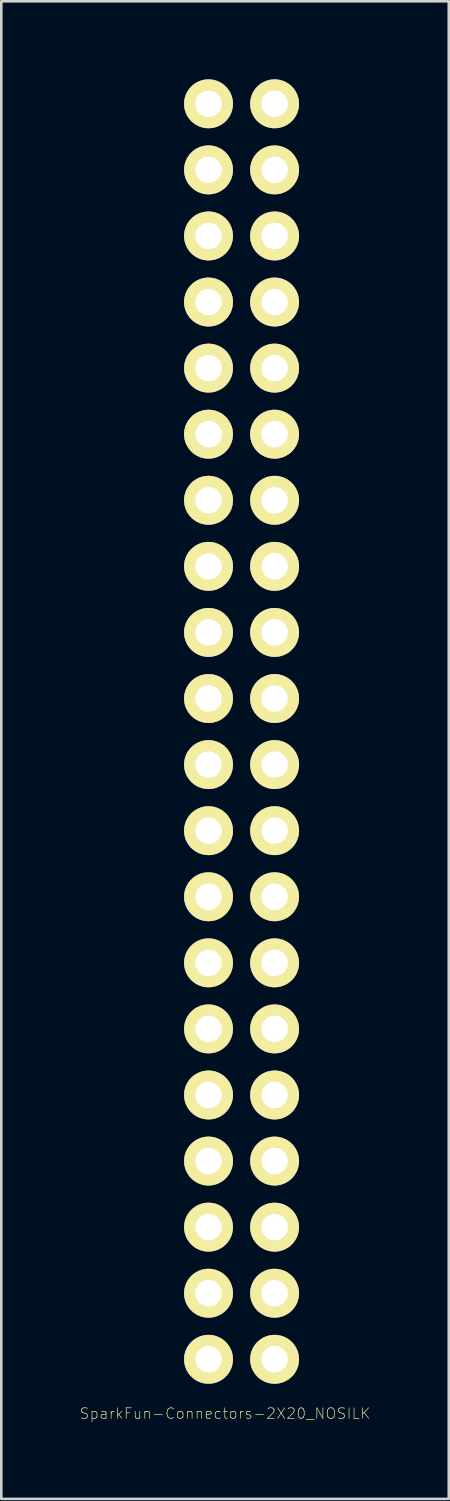
<source format=kicad_pcb>
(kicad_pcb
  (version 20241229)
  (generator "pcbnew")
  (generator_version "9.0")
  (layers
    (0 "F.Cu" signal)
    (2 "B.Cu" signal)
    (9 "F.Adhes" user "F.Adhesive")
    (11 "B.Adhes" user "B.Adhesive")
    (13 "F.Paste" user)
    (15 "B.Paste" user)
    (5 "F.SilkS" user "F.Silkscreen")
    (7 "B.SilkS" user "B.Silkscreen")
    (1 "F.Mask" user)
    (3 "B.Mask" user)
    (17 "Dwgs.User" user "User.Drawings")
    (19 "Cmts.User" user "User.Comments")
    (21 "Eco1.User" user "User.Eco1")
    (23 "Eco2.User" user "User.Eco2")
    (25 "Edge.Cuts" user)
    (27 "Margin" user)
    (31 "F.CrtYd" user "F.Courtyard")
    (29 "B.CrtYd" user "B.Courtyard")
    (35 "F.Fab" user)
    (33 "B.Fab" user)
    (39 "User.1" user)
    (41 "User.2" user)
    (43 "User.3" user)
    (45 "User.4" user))
  (footprint "SparkFun-Connectors-2X20_NOSILK"
    (layer "F.Cu")
    (at 6.235 25.07)
    (property "Reference" "SparkFun-Connectors-2X20_NOSILK" (at -0.635 26.213 0) (layer "F.SilkS") (effects (font (size 0.406 0.406) (thickness 0.025))))
    (attr exclude_from_pos_files exclude_from_bom)
    (fp_line (start -1.524 -24.384) (end -1.016 -24.384) (stroke (width 0.066) (type solid)) (layer "F.SilkS"))
    (fp_line (start -1.524 -23.876) (end -1.524 -24.384) (stroke (width 0.066) (type solid)) (layer "F.SilkS"))
    (fp_line (start -1.524 -23.876) (end -1.016 -23.876) (stroke (width 0.066) (type solid)) (layer "F.SilkS"))
    (fp_line (start -1.524 -21.844) (end -1.016 -21.844) (stroke (width 0.066) (type solid)) (layer "F.SilkS"))
    (fp_line (start -1.524 -21.336) (end -1.524 -21.844) (stroke (width 0.066) (type solid)) (layer "F.SilkS"))
    (fp_line (start -1.524 -21.336) (end -1.016 -21.336) (stroke (width 0.066) (type solid)) (layer "F.SilkS"))
    (fp_line (start -1.524 -19.304) (end -1.016 -19.304) (stroke (width 0.066) (type solid)) (layer "F.SilkS"))
    (fp_line (start -1.524 -18.796) (end -1.524 -19.304) (stroke (width 0.066) (type solid)) (layer "F.SilkS"))
    (fp_line (start -1.524 -18.796) (end -1.016 -18.796) (stroke (width 0.066) (type solid)) (layer "F.SilkS"))
    (fp_line (start -1.524 -16.764) (end -1.016 -16.764) (stroke (width 0.066) (type solid)) (layer "F.SilkS"))
    (fp_line (start -1.524 -16.764) (end -1.016 -16.764) (stroke (width 0.066) (type solid)) (layer "F.SilkS"))
    (fp_line (start -1.524 -16.256) (end -1.524 -16.764) (stroke (width 0.066) (type solid)) (layer "F.SilkS"))
    (fp_line (start -1.524 -16.256) (end -1.524 -16.764) (stroke (width 0.066) (type solid)) (layer "F.SilkS"))
    (fp_line (start -1.524 -16.256) (end -1.016 -16.256) (stroke (width 0.066) (type solid)) (layer "F.SilkS"))
    (fp_line (start -1.524 -16.256) (end -1.016 -16.256) (stroke (width 0.066) (type solid)) (layer "F.SilkS"))
    (fp_line (start -1.524 -14.224) (end -1.016 -14.224) (stroke (width 0.066) (type solid)) (layer "F.SilkS"))
    (fp_line (start -1.524 -13.716) (end -1.524 -14.224) (stroke (width 0.066) (type solid)) (layer "F.SilkS"))
    (fp_line (start -1.524 -13.716) (end -1.016 -13.716) (stroke (width 0.066) (type solid)) (layer "F.SilkS"))
    (fp_line (start -1.524 -11.684) (end -1.016 -11.684) (stroke (width 0.066) (type solid)) (layer "F.SilkS"))
    (fp_line (start -1.524 -11.176) (end -1.524 -11.684) (stroke (width 0.066) (type solid)) (layer "F.SilkS"))
    (fp_line (start -1.524 -11.176) (end -1.016 -11.176) (stroke (width 0.066) (type solid)) (layer "F.SilkS"))
    (fp_line (start -1.524 -9.144) (end -1.016 -9.144) (stroke (width 0.066) (type solid)) (layer "F.SilkS"))
    (fp_line (start -1.524 -8.636) (end -1.524 -9.144) (stroke (width 0.066) (type solid)) (layer "F.SilkS"))
    (fp_line (start -1.524 -8.636) (end -1.016 -8.636) (stroke (width 0.066) (type solid)) (layer "F.SilkS"))
    (fp_line (start -1.524 -6.604) (end -1.016 -6.604) (stroke (width 0.066) (type solid)) (layer "F.SilkS"))
    (fp_line (start -1.524 -6.096) (end -1.524 -6.604) (stroke (width 0.066) (type solid)) (layer "F.SilkS"))
    (fp_line (start -1.524 -6.096) (end -1.016 -6.096) (stroke (width 0.066) (type solid)) (layer "F.SilkS"))
    (fp_line (start -1.524 -4.064) (end -1.016 -4.064) (stroke (width 0.066) (type solid)) (layer "F.SilkS"))
    (fp_line (start -1.524 -4.064) (end -1.016 -4.064) (stroke (width 0.066) (type solid)) (layer "F.SilkS"))
    (fp_line (start -1.524 -3.556) (end -1.524 -4.064) (stroke (width 0.066) (type solid)) (layer "F.SilkS"))
    (fp_line (start -1.524 -3.556) (end -1.524 -4.064) (stroke (width 0.066) (type solid)) (layer "F.SilkS"))
    (fp_line (start -1.524 -3.556) (end -1.016 -3.556) (stroke (width 0.066) (type solid)) (layer "F.SilkS"))
    (fp_line (start -1.524 -3.556) (end -1.016 -3.556) (stroke (width 0.066) (type solid)) (layer "F.SilkS"))
    (fp_line (start -1.524 -1.524) (end -1.016 -1.524) (stroke (width 0.066) (type solid)) (layer "F.SilkS"))
    (fp_line (start -1.524 -1.016) (end -1.524 -1.524) (stroke (width 0.066) (type solid)) (layer "F.SilkS"))
    (fp_line (start -1.524 -1.016) (end -1.016 -1.016) (stroke (width 0.066) (type solid)) (layer "F.SilkS"))
    (fp_line (start -1.524 1.016) (end -1.016 1.016) (stroke (width 0.066) (type solid)) (layer "F.SilkS"))
    (fp_line (start -1.524 1.524) (end -1.524 1.016) (stroke (width 0.066) (type solid)) (layer "F.SilkS"))
    (fp_line (start -1.524 1.524) (end -1.016 1.524) (stroke (width 0.066) (type solid)) (layer "F.SilkS"))
    (fp_line (start -1.524 3.556) (end -1.016 3.556) (stroke (width 0.066) (type solid)) (layer "F.SilkS"))
    (fp_line (start -1.524 3.556) (end -1.016 3.556) (stroke (width 0.066) (type solid)) (layer "F.SilkS"))
    (fp_line (start -1.524 4.064) (end -1.524 3.556) (stroke (width 0.066) (type solid)) (layer "F.SilkS"))
    (fp_line (start -1.524 4.064) (end -1.524 3.556) (stroke (width 0.066) (type solid)) (layer "F.SilkS"))
    (fp_line (start -1.524 4.064) (end -1.016 4.064) (stroke (width 0.066) (type solid)) (layer "F.SilkS"))
    (fp_line (start -1.524 4.064) (end -1.016 4.064) (stroke (width 0.066) (type solid)) (layer "F.SilkS"))
    (fp_line (start -1.524 6.096) (end -1.016 6.096) (stroke (width 0.066) (type solid)) (layer "F.SilkS"))
    (fp_line (start -1.524 6.604) (end -1.524 6.096) (stroke (width 0.066) (type solid)) (layer "F.SilkS"))
    (fp_line (start -1.524 6.604) (end -1.016 6.604) (stroke (width 0.066) (type solid)) (layer "F.SilkS"))
    (fp_line (start -1.524 8.636) (end -1.016 8.636) (stroke (width 0.066) (type solid)) (layer "F.SilkS"))
    (fp_line (start -1.524 9.144) (end -1.524 8.636) (stroke (width 0.066) (type solid)) (layer "F.SilkS"))
    (fp_line (start -1.524 9.144) (end -1.016 9.144) (stroke (width 0.066) (type solid)) (layer "F.SilkS"))
    (fp_line (start -1.524 11.176) (end -1.016 11.176) (stroke (width 0.066) (type solid)) (layer "F.SilkS"))
    (fp_line (start -1.524 11.684) (end -1.524 11.176) (stroke (width 0.066) (type solid)) (layer "F.SilkS"))
    (fp_line (start -1.524 11.684) (end -1.016 11.684) (stroke (width 0.066) (type solid)) (layer "F.SilkS"))
    (fp_line (start -1.524 13.716) (end -1.016 13.716) (stroke (width 0.066) (type solid)) (layer "F.SilkS"))
    (fp_line (start -1.524 14.224) (end -1.524 13.716) (stroke (width 0.066) (type solid)) (layer "F.SilkS"))
    (fp_line (start -1.524 14.224) (end -1.016 14.224) (stroke (width 0.066) (type solid)) (layer "F.SilkS"))
    (fp_line (start -1.524 16.256) (end -1.016 16.256) (stroke (width 0.066) (type solid)) (layer "F.SilkS"))
    (fp_line (start -1.524 16.764) (end -1.524 16.256) (stroke (width 0.066) (type solid)) (layer "F.SilkS"))
    (fp_line (start -1.524 16.764) (end -1.016 16.764) (stroke (width 0.066) (type solid)) (layer "F.SilkS"))
    (fp_line (start -1.524 18.796) (end -1.016 18.796) (stroke (width 0.066) (type solid)) (layer "F.SilkS"))
    (fp_line (start -1.524 19.304) (end -1.524 18.796) (stroke (width 0.066) (type solid)) (layer "F.SilkS"))
    (fp_line (start -1.524 19.304) (end -1.016 19.304) (stroke (width 0.066) (type solid)) (layer "F.SilkS"))
    (fp_line (start -1.524 21.336) (end -1.016 21.336) (stroke (width 0.066) (type solid)) (layer "F.SilkS"))
    (fp_line (start -1.524 21.844) (end -1.524 21.336) (stroke (width 0.066) (type solid)) (layer "F.SilkS"))
    (fp_line (start -1.524 21.844) (end -1.016 21.844) (stroke (width 0.066) (type solid)) (layer "F.SilkS"))
    (fp_line (start -1.524 23.876) (end -1.016 23.876) (stroke (width 0.066) (type solid)) (layer "F.SilkS"))
    (fp_line (start -1.524 24.384) (end -1.524 23.876) (stroke (width 0.066) (type solid)) (layer "F.SilkS"))
    (fp_line (start -1.524 24.384) (end -1.016 24.384) (stroke (width 0.066) (type solid)) (layer "F.SilkS"))
    (fp_line (start -1.016 -23.876) (end -1.016 -24.384) (stroke (width 0.066) (type solid)) (layer "F.SilkS"))
    (fp_line (start -1.016 -21.336) (end -1.016 -21.844) (stroke (width 0.066) (type solid)) (layer "F.SilkS"))
    (fp_line (start -1.016 -18.796) (end -1.016 -19.304) (stroke (width 0.066) (type solid)) (layer "F.SilkS"))
    (fp_line (start -1.016 -16.256) (end -1.016 -16.764) (stroke (width 0.066) (type solid)) (layer "F.SilkS"))
    (fp_line (start -1.016 -16.256) (end -1.016 -16.764) (stroke (width 0.066) (type solid)) (layer "F.SilkS"))
    (fp_line (start -1.016 -13.716) (end -1.016 -14.224) (stroke (width 0.066) (type solid)) (layer "F.SilkS"))
    (fp_line (start -1.016 -11.176) (end -1.016 -11.684) (stroke (width 0.066) (type solid)) (layer "F.SilkS"))
    (fp_line (start -1.016 -8.636) (end -1.016 -9.144) (stroke (width 0.066) (type solid)) (layer "F.SilkS"))
    (fp_line (start -1.016 -6.096) (end -1.016 -6.604) (stroke (width 0.066) (type solid)) (layer "F.SilkS"))
    (fp_line (start -1.016 -3.556) (end -1.016 -4.064) (stroke (width 0.066) (type solid)) (layer "F.SilkS"))
    (fp_line (start -1.016 -3.556) (end -1.016 -4.064) (stroke (width 0.066) (type solid)) (layer "F.SilkS"))
    (fp_line (start -1.016 -1.016) (end -1.016 -1.524) (stroke (width 0.066) (type solid)) (layer "F.SilkS"))
    (fp_line (start -1.016 1.524) (end -1.016 1.016) (stroke (width 0.066) (type solid)) (layer "F.SilkS"))
    (fp_line (start -1.016 4.064) (end -1.016 3.556) (stroke (width 0.066) (type solid)) (layer "F.SilkS"))
    (fp_line (start -1.016 4.064) (end -1.016 3.556) (stroke (width 0.066) (type solid)) (layer "F.SilkS"))
    (fp_line (start -1.016 6.604) (end -1.016 6.096) (stroke (width 0.066) (type solid)) (layer "F.SilkS"))
    (fp_line (start -1.016 9.144) (end -1.016 8.636) (stroke (width 0.066) (type solid)) (layer "F.SilkS"))
    (fp_line (start -1.016 11.684) (end -1.016 11.176) (stroke (width 0.066) (type solid)) (layer "F.SilkS"))
    (fp_line (start -1.016 14.224) (end -1.016 13.716) (stroke (width 0.066) (type solid)) (layer "F.SilkS"))
    (fp_line (start -1.016 16.764) (end -1.016 16.256) (stroke (width 0.066) (type solid)) (layer "F.SilkS"))
    (fp_line (start -1.016 19.304) (end -1.016 18.796) (stroke (width 0.066) (type solid)) (layer "F.SilkS"))
    (fp_line (start -1.016 21.844) (end -1.016 21.336) (stroke (width 0.066) (type solid)) (layer "F.SilkS"))
    (fp_line (start -1.016 24.384) (end -1.016 23.876) (stroke (width 0.066) (type solid)) (layer "F.SilkS"))
    (fp_line (start 1.016 -24.384) (end 1.524 -24.384) (stroke (width 0.066) (type solid)) (layer "F.SilkS"))
    (fp_line (start 1.016 -23.876) (end 1.016 -24.384) (stroke (width 0.066) (type solid)) (layer "F.SilkS"))
    (fp_line (start 1.016 -23.876) (end 1.524 -23.876) (stroke (width 0.066) (type solid)) (layer "F.SilkS"))
    (fp_line (start 1.016 -21.844) (end 1.524 -21.844) (stroke (width 0.066) (type solid)) (layer "F.SilkS"))
    (fp_line (start 1.016 -21.336) (end 1.016 -21.844) (stroke (width 0.066) (type solid)) (layer "F.SilkS"))
    (fp_line (start 1.016 -21.336) (end 1.524 -21.336) (stroke (width 0.066) (type solid)) (layer "F.SilkS"))
    (fp_line (start 1.016 -19.304) (end 1.524 -19.304) (stroke (width 0.066) (type solid)) (layer "F.SilkS"))
    (fp_line (start 1.016 -18.796) (end 1.016 -19.304) (stroke (width 0.066) (type solid)) (layer "F.SilkS"))
    (fp_line (start 1.016 -18.796) (end 1.524 -18.796) (stroke (width 0.066) (type solid)) (layer "F.SilkS"))
    (fp_line (start 1.016 -16.764) (end 1.524 -16.764) (stroke (width 0.066) (type solid)) (layer "F.SilkS"))
    (fp_line (start 1.016 -16.764) (end 1.524 -16.764) (stroke (width 0.066) (type solid)) (layer "F.SilkS"))
    (fp_line (start 1.016 -16.256) (end 1.016 -16.764) (stroke (width 0.066) (type solid)) (layer "F.SilkS"))
    (fp_line (start 1.016 -16.256) (end 1.016 -16.764) (stroke (width 0.066) (type solid)) (layer "F.SilkS"))
    (fp_line (start 1.016 -16.256) (end 1.524 -16.256) (stroke (width 0.066) (type solid)) (layer "F.SilkS"))
    (fp_line (start 1.016 -16.256) (end 1.524 -16.256) (stroke (width 0.066) (type solid)) (layer "F.SilkS"))
    (fp_line (start 1.016 -14.224) (end 1.524 -14.224) (stroke (width 0.066) (type solid)) (layer "F.SilkS"))
    (fp_line (start 1.016 -13.716) (end 1.016 -14.224) (stroke (width 0.066) (type solid)) (layer "F.SilkS"))
    (fp_line (start 1.016 -13.716) (end 1.524 -13.716) (stroke (width 0.066) (type solid)) (layer "F.SilkS"))
    (fp_line (start 1.016 -11.684) (end 1.524 -11.684) (stroke (width 0.066) (type solid)) (layer "F.SilkS"))
    (fp_line (start 1.016 -11.176) (end 1.016 -11.684) (stroke (width 0.066) (type solid)) (layer "F.SilkS"))
    (fp_line (start 1.016 -11.176) (end 1.524 -11.176) (stroke (width 0.066) (type solid)) (layer "F.SilkS"))
    (fp_line (start 1.016 -9.144) (end 1.524 -9.144) (stroke (width 0.066) (type solid)) (layer "F.SilkS"))
    (fp_line (start 1.016 -8.636) (end 1.016 -9.144) (stroke (width 0.066) (type solid)) (layer "F.SilkS"))
    (fp_line (start 1.016 -8.636) (end 1.524 -8.636) (stroke (width 0.066) (type solid)) (layer "F.SilkS"))
    (fp_line (start 1.016 -6.604) (end 1.524 -6.604) (stroke (width 0.066) (type solid)) (layer "F.SilkS"))
    (fp_line (start 1.016 -6.096) (end 1.016 -6.604) (stroke (width 0.066) (type solid)) (layer "F.SilkS"))
    (fp_line (start 1.016 -6.096) (end 1.524 -6.096) (stroke (width 0.066) (type solid)) (layer "F.SilkS"))
    (fp_line (start 1.016 -4.064) (end 1.524 -4.064) (stroke (width 0.066) (type solid)) (layer "F.SilkS"))
    (fp_line (start 1.016 -4.064) (end 1.524 -4.064) (stroke (width 0.066) (type solid)) (layer "F.SilkS"))
    (fp_line (start 1.016 -3.556) (end 1.016 -4.064) (stroke (width 0.066) (type solid)) (layer "F.SilkS"))
    (fp_line (start 1.016 -3.556) (end 1.016 -4.064) (stroke (width 0.066) (type solid)) (layer "F.SilkS"))
    (fp_line (start 1.016 -3.556) (end 1.524 -3.556) (stroke (width 0.066) (type solid)) (layer "F.SilkS"))
    (fp_line (start 1.016 -3.556) (end 1.524 -3.556) (stroke (width 0.066) (type solid)) (layer "F.SilkS"))
    (fp_line (start 1.016 -1.524) (end 1.524 -1.524) (stroke (width 0.066) (type solid)) (layer "F.SilkS"))
    (fp_line (start 1.016 -1.016) (end 1.016 -1.524) (stroke (width 0.066) (type solid)) (layer "F.SilkS"))
    (fp_line (start 1.016 -1.016) (end 1.524 -1.016) (stroke (width 0.066) (type solid)) (layer "F.SilkS"))
    (fp_line (start 1.016 1.016) (end 1.524 1.016) (stroke (width 0.066) (type solid)) (layer "F.SilkS"))
    (fp_line (start 1.016 1.524) (end 1.016 1.016) (stroke (width 0.066) (type solid)) (layer "F.SilkS"))
    (fp_line (start 1.016 1.524) (end 1.524 1.524) (stroke (width 0.066) (type solid)) (layer "F.SilkS"))
    (fp_line (start 1.016 3.556) (end 1.524 3.556) (stroke (width 0.066) (type solid)) (layer "F.SilkS"))
    (fp_line (start 1.016 3.556) (end 1.524 3.556) (stroke (width 0.066) (type solid)) (layer "F.SilkS"))
    (fp_line (start 1.016 4.064) (end 1.016 3.556) (stroke (width 0.066) (type solid)) (layer "F.SilkS"))
    (fp_line (start 1.016 4.064) (end 1.016 3.556) (stroke (width 0.066) (type solid)) (layer "F.SilkS"))
    (fp_line (start 1.016 4.064) (end 1.524 4.064) (stroke (width 0.066) (type solid)) (layer "F.SilkS"))
    (fp_line (start 1.016 4.064) (end 1.524 4.064) (stroke (width 0.066) (type solid)) (layer "F.SilkS"))
    (fp_line (start 1.016 6.096) (end 1.524 6.096) (stroke (width 0.066) (type solid)) (layer "F.SilkS"))
    (fp_line (start 1.016 6.604) (end 1.016 6.096) (stroke (width 0.066) (type solid)) (layer "F.SilkS"))
    (fp_line (start 1.016 6.604) (end 1.524 6.604) (stroke (width 0.066) (type solid)) (layer "F.SilkS"))
    (fp_line (start 1.016 8.636) (end 1.524 8.636) (stroke (width 0.066) (type solid)) (layer "F.SilkS"))
    (fp_line (start 1.016 9.144) (end 1.016 8.636) (stroke (width 0.066) (type solid)) (layer "F.SilkS"))
    (fp_line (start 1.016 9.144) (end 1.524 9.144) (stroke (width 0.066) (type solid)) (layer "F.SilkS"))
    (fp_line (start 1.016 11.176) (end 1.524 11.176) (stroke (width 0.066) (type solid)) (layer "F.SilkS"))
    (fp_line (start 1.016 11.684) (end 1.016 11.176) (stroke (width 0.066) (type solid)) (layer "F.SilkS"))
    (fp_line (start 1.016 11.684) (end 1.524 11.684) (stroke (width 0.066) (type solid)) (layer "F.SilkS"))
    (fp_line (start 1.016 13.716) (end 1.524 13.716) (stroke (width 0.066) (type solid)) (layer "F.SilkS"))
    (fp_line (start 1.016 14.224) (end 1.016 13.716) (stroke (width 0.066) (type solid)) (layer "F.SilkS"))
    (fp_line (start 1.016 14.224) (end 1.524 14.224) (stroke (width 0.066) (type solid)) (layer "F.SilkS"))
    (fp_line (start 1.016 16.256) (end 1.524 16.256) (stroke (width 0.066) (type solid)) (layer "F.SilkS"))
    (fp_line (start 1.016 16.764) (end 1.016 16.256) (stroke (width 0.066) (type solid)) (layer "F.SilkS"))
    (fp_line (start 1.016 16.764) (end 1.524 16.764) (stroke (width 0.066) (type solid)) (layer "F.SilkS"))
    (fp_line (start 1.016 18.796) (end 1.524 18.796) (stroke (width 0.066) (type solid)) (layer "F.SilkS"))
    (fp_line (start 1.016 19.304) (end 1.016 18.796) (stroke (width 0.066) (type solid)) (layer "F.SilkS"))
    (fp_line (start 1.016 19.304) (end 1.524 19.304) (stroke (width 0.066) (type solid)) (layer "F.SilkS"))
    (fp_line (start 1.016 21.336) (end 1.524 21.336) (stroke (width 0.066) (type solid)) (layer "F.SilkS"))
    (fp_line (start 1.016 21.844) (end 1.016 21.336) (stroke (width 0.066) (type solid)) (layer "F.SilkS"))
    (fp_line (start 1.016 21.844) (end 1.524 21.844) (stroke (width 0.066) (type solid)) (layer "F.SilkS"))
    (fp_line (start 1.016 23.876) (end 1.524 23.876) (stroke (width 0.066) (type solid)) (layer "F.SilkS"))
    (fp_line (start 1.016 24.384) (end 1.016 23.876) (stroke (width 0.066) (type solid)) (layer "F.SilkS"))
    (fp_line (start 1.016 24.384) (end 1.524 24.384) (stroke (width 0.066) (type solid)) (layer "F.SilkS"))
    (fp_line (start 1.524 -23.876) (end 1.524 -24.384) (stroke (width 0.066) (type solid)) (layer "F.SilkS"))
    (fp_line (start 1.524 -21.336) (end 1.524 -21.844) (stroke (width 0.066) (type solid)) (layer "F.SilkS"))
    (fp_line (start 1.524 -18.796) (end 1.524 -19.304) (stroke (width 0.066) (type solid)) (layer "F.SilkS"))
    (fp_line (start 1.524 -16.256) (end 1.524 -16.764) (stroke (width 0.066) (type solid)) (layer "F.SilkS"))
    (fp_line (start 1.524 -16.256) (end 1.524 -16.764) (stroke (width 0.066) (type solid)) (layer "F.SilkS"))
    (fp_line (start 1.524 -13.716) (end 1.524 -14.224) (stroke (width 0.066) (type solid)) (layer "F.SilkS"))
    (fp_line (start 1.524 -11.176) (end 1.524 -11.684) (stroke (width 0.066) (type solid)) (layer "F.SilkS"))
    (fp_line (start 1.524 -8.636) (end 1.524 -9.144) (stroke (width 0.066) (type solid)) (layer "F.SilkS"))
    (fp_line (start 1.524 -6.096) (end 1.524 -6.604) (stroke (width 0.066) (type solid)) (layer "F.SilkS"))
    (fp_line (start 1.524 -3.556) (end 1.524 -4.064) (stroke (width 0.066) (type solid)) (layer "F.SilkS"))
    (fp_line (start 1.524 -3.556) (end 1.524 -4.064) (stroke (width 0.066) (type solid)) (layer "F.SilkS"))
    (fp_line (start 1.524 -1.016) (end 1.524 -1.524) (stroke (width 0.066) (type solid)) (layer "F.SilkS"))
    (fp_line (start 1.524 1.524) (end 1.524 1.016) (stroke (width 0.066) (type solid)) (layer "F.SilkS"))
    (fp_line (start 1.524 4.064) (end 1.524 3.556) (stroke (width 0.066) (type solid)) (layer "F.SilkS"))
    (fp_line (start 1.524 4.064) (end 1.524 3.556) (stroke (width 0.066) (type solid)) (layer "F.SilkS"))
    (fp_line (start 1.524 6.604) (end 1.524 6.096) (stroke (width 0.066) (type solid)) (layer "F.SilkS"))
    (fp_line (start 1.524 9.144) (end 1.524 8.636) (stroke (width 0.066) (type solid)) (layer "F.SilkS"))
    (fp_line (start 1.524 11.684) (end 1.524 11.176) (stroke (width 0.066) (type solid)) (layer "F.SilkS"))
    (fp_line (start 1.524 14.224) (end 1.524 13.716) (stroke (width 0.066) (type solid)) (layer "F.SilkS"))
    (fp_line (start 1.524 16.764) (end 1.524 16.256) (stroke (width 0.066) (type solid)) (layer "F.SilkS"))
    (fp_line (start 1.524 19.304) (end 1.524 18.796) (stroke (width 0.066) (type solid)) (layer "F.SilkS"))
    (fp_line (start 1.524 21.844) (end 1.524 21.336) (stroke (width 0.066) (type solid)) (layer "F.SilkS"))
    (fp_line (start 1.524 24.384) (end 1.524 23.876) (stroke (width 0.066) (type solid)) (layer "F.SilkS"))
    (pad "1" thru_hole circle (at -1.27 -24.13) (size 1.88 1.88) (drill 1.016) (layers "*.Cu" "F.Mask" "F.SilkS" "F.Paste"))
    (pad "2" thru_hole circle (at 1.27 -24.13) (size 1.88 1.88) (drill 1.016) (layers "*.Cu" "F.Mask" "F.SilkS" "F.Paste"))
    (pad "3" thru_hole circle (at -1.27 -21.59) (size 1.88 1.88) (drill 1.016) (layers "*.Cu" "F.Mask" "F.SilkS" "F.Paste"))
    (pad "4" thru_hole circle (at 1.27 -21.59) (size 1.88 1.88) (drill 1.016) (layers "*.Cu" "F.Mask" "F.SilkS" "F.Paste"))
    (pad "5" thru_hole circle (at -1.27 -19.05) (size 1.88 1.88) (drill 1.016) (layers "*.Cu" "F.Mask" "F.SilkS" "F.Paste"))
    (pad "6" thru_hole circle (at 1.27 -19.05) (size 1.88 1.88) (drill 1.016) (layers "*.Cu" "F.Mask" "F.SilkS" "F.Paste"))
    (pad "7" thru_hole circle (at -1.27 -16.51) (size 1.88 1.88) (drill 1.016) (layers "*.Cu" "F.Mask" "F.SilkS" "F.Paste"))
    (pad "8" thru_hole circle (at 1.27 -16.51) (size 1.88 1.88) (drill 1.016) (layers "*.Cu" "F.Mask" "F.SilkS" "F.Paste"))
    (pad "9" thru_hole circle (at -1.27 -13.97) (size 1.88 1.88) (drill 1.016) (layers "*.Cu" "F.Mask" "F.SilkS" "F.Paste"))
    (pad "10" thru_hole circle (at 1.27 -13.97) (size 1.88 1.88) (drill 1.016) (layers "*.Cu" "F.Mask" "F.SilkS" "F.Paste"))
    (pad "11" thru_hole circle (at -1.27 -11.43) (size 1.88 1.88) (drill 1.016) (layers "*.Cu" "F.Mask" "F.SilkS" "F.Paste"))
    (pad "12" thru_hole circle (at 1.27 -11.43) (size 1.88 1.88) (drill 1.016) (layers "*.Cu" "F.Mask" "F.SilkS" "F.Paste"))
    (pad "13" thru_hole circle (at -1.27 -8.89) (size 1.88 1.88) (drill 1.016) (layers "*.Cu" "F.Mask" "F.SilkS" "F.Paste"))
    (pad "14" thru_hole circle (at 1.27 -8.89) (size 1.88 1.88) (drill 1.016) (layers "*.Cu" "F.Mask" "F.SilkS" "F.Paste"))
    (pad "15" thru_hole circle (at -1.27 -6.35) (size 1.88 1.88) (drill 1.016) (layers "*.Cu" "F.Mask" "F.SilkS" "F.Paste"))
    (pad "16" thru_hole circle (at 1.27 -6.35) (size 1.88 1.88) (drill 1.016) (layers "*.Cu" "F.Mask" "F.SilkS" "F.Paste"))
    (pad "17" thru_hole circle (at -1.27 -3.81) (size 1.88 1.88) (drill 1.016) (layers "*.Cu" "F.Mask" "F.SilkS" "F.Paste"))
    (pad "18" thru_hole circle (at 1.27 -3.81) (size 1.88 1.88) (drill 1.016) (layers "*.Cu" "F.Mask" "F.SilkS" "F.Paste"))
    (pad "19" thru_hole circle (at -1.27 -1.27) (size 1.88 1.88) (drill 1.016) (layers "*.Cu" "F.Mask" "F.SilkS" "F.Paste"))
    (pad "20" thru_hole circle (at 1.27 -1.27) (size 1.88 1.88) (drill 1.016) (layers "*.Cu" "F.Mask" "F.SilkS" "F.Paste"))
    (pad "21" thru_hole circle (at -1.27 1.27) (size 1.88 1.88) (drill 1.016) (layers "*.Cu" "F.Mask" "F.SilkS" "F.Paste"))
    (pad "22" thru_hole circle (at 1.27 1.27) (size 1.88 1.88) (drill 1.016) (layers "*.Cu" "F.Mask" "F.SilkS" "F.Paste"))
    (pad "23" thru_hole circle (at -1.27 3.81) (size 1.88 1.88) (drill 1.016) (layers "*.Cu" "F.Mask" "F.SilkS" "F.Paste"))
    (pad "24" thru_hole circle (at 1.27 3.81) (size 1.88 1.88) (drill 1.016) (layers "*.Cu" "F.Mask" "F.SilkS" "F.Paste"))
    (pad "25" thru_hole circle (at -1.27 6.35) (size 1.88 1.88) (drill 1.016) (layers "*.Cu" "F.Mask" "F.SilkS" "F.Paste"))
    (pad "26" thru_hole circle (at 1.27 6.35) (size 1.88 1.88) (drill 1.016) (layers "*.Cu" "F.Mask" "F.SilkS" "F.Paste"))
    (pad "27" thru_hole circle (at -1.27 8.89) (size 1.88 1.88) (drill 1.016) (layers "*.Cu" "F.Mask" "F.SilkS" "F.Paste"))
    (pad "28" thru_hole circle (at 1.27 8.89) (size 1.88 1.88) (drill 1.016) (layers "*.Cu" "F.Mask" "F.SilkS" "F.Paste"))
    (pad "29" thru_hole circle (at -1.27 11.43) (size 1.88 1.88) (drill 1.016) (layers "*.Cu" "F.Mask" "F.SilkS" "F.Paste"))
    (pad "30" thru_hole circle (at 1.27 11.43) (size 1.88 1.88) (drill 1.016) (layers "*.Cu" "F.Mask" "F.SilkS" "F.Paste"))
    (pad "31" thru_hole circle (at -1.27 13.97) (size 1.88 1.88) (drill 1.016) (layers "*.Cu" "F.Mask" "F.SilkS" "F.Paste"))
    (pad "32" thru_hole circle (at 1.27 13.97) (size 1.88 1.88) (drill 1.016) (layers "*.Cu" "F.Mask" "F.SilkS" "F.Paste"))
    (pad "33" thru_hole circle (at -1.27 16.51) (size 1.88 1.88) (drill 1.016) (layers "*.Cu" "F.Mask" "F.SilkS" "F.Paste"))
    (pad "34" thru_hole circle (at 1.27 16.51) (size 1.88 1.88) (drill 1.016) (layers "*.Cu" "F.Mask" "F.SilkS" "F.Paste"))
    (pad "35" thru_hole circle (at -1.27 19.05) (size 1.88 1.88) (drill 1.016) (layers "*.Cu" "F.Mask" "F.SilkS" "F.Paste"))
    (pad "36" thru_hole circle (at 1.27 19.05) (size 1.88 1.88) (drill 1.016) (layers "*.Cu" "F.Mask" "F.SilkS" "F.Paste"))
    (pad "37" thru_hole circle (at -1.27 21.59) (size 1.88 1.88) (drill 1.016) (layers "*.Cu" "F.Mask" "F.SilkS" "F.Paste"))
    (pad "38" thru_hole circle (at 1.27 21.59) (size 1.88 1.88) (drill 1.016) (layers "*.Cu" "F.Mask" "F.SilkS" "F.Paste"))
    (pad "39" thru_hole circle (at -1.27 24.13) (size 1.88 1.88) (drill 1.016) (layers "*.Cu" "F.Mask" "F.SilkS" "F.Paste"))
    (pad "40" thru_hole circle (at 1.27 24.13) (size 1.88 1.88) (drill 1.016) (layers "*.Cu" "F.Mask" "F.SilkS" "F.Paste")))
  (gr_rect
    (start -3 -3)
    (end 14.2 54.565)
    (stroke (width 0.1) (type default))
    (fill no)
    (layer "Edge.Cuts")))
</source>
